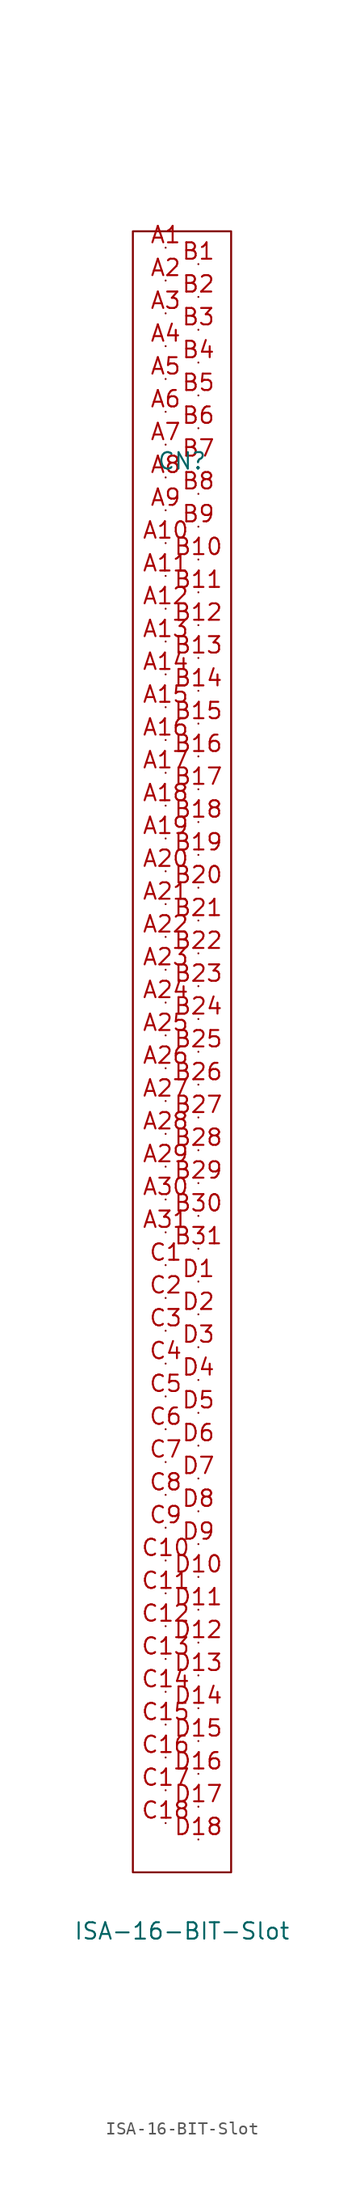
<source format=kicad_sym>
(kicad_symbol_lib
  (version 20220914)
  (generator kicad_symbol_editor)
  (symbol "ISA-16-BIT-Slot"
    (pin_names
      (offset 0) hide)
    (property "Reference" "CN"
      (at 0 45.72 0)
      (effects (font (size 1.27 1.27))))
    (property "Value" "ISA-16-BIT-Slot"
      (at 0 -67.31 0)
      (effects (font (size 1.27 1.27)) (justify top)))
    (symbol "ISA-16-BIT-Slot_0_1"
      (rectangle (start -3.81 63.5) (end 3.81 -63.5) (stroke (width 0) (type solid)) (fill (type none))))
    (symbol "ISA-16-BIT-Slot_1_1"
      (pin unspecified line (at -1.27 62.23 0) (length 0) (name "A1" (effects (font (size 1.27 1.27)))) (number "A1" (effects (font (size 1.27 1.27)))))
      (pin unspecified line (at -1.27 39.37 0) (length 0) (name "A10" (effects (font (size 1.27 1.27)))) (number "A10" (effects (font (size 1.27 1.27)))))
      (pin unspecified line (at -1.27 36.83 0) (length 0) (name "A11" (effects (font (size 1.27 1.27)))) (number "A11" (effects (font (size 1.27 1.27)))))
      (pin unspecified line (at -1.27 34.29 0) (length 0) (name "A12" (effects (font (size 1.27 1.27)))) (number "A12" (effects (font (size 1.27 1.27)))))
      (pin unspecified line (at -1.27 31.75 0) (length 0) (name "A13" (effects (font (size 1.27 1.27)))) (number "A13" (effects (font (size 1.27 1.27)))))
      (pin unspecified line (at -1.27 29.21 0) (length 0) (name "A14" (effects (font (size 1.27 1.27)))) (number "A14" (effects (font (size 1.27 1.27)))))
      (pin unspecified line (at -1.27 26.67 0) (length 0) (name "A15" (effects (font (size 1.27 1.27)))) (number "A15" (effects (font (size 1.27 1.27)))))
      (pin unspecified line (at -1.27 24.13 0) (length 0) (name "A16" (effects (font (size 1.27 1.27)))) (number "A16" (effects (font (size 1.27 1.27)))))
      (pin unspecified line (at -1.27 21.59 0) (length 0) (name "A17" (effects (font (size 1.27 1.27)))) (number "A17" (effects (font (size 1.27 1.27)))))
      (pin unspecified line (at -1.27 19.05 0) (length 0) (name "A18" (effects (font (size 1.27 1.27)))) (number "A18" (effects (font (size 1.27 1.27)))))
      (pin unspecified line (at -1.27 16.51 0) (length 0) (name "A19" (effects (font (size 1.27 1.27)))) (number "A19" (effects (font (size 1.27 1.27)))))
      (pin unspecified line (at -1.27 59.69 0) (length 0) (name "A2" (effects (font (size 1.27 1.27)))) (number "A2" (effects (font (size 1.27 1.27)))))
      (pin unspecified line (at -1.27 13.97 0) (length 0) (name "A20" (effects (font (size 1.27 1.27)))) (number "A20" (effects (font (size 1.27 1.27)))))
      (pin unspecified line (at -1.27 11.43 0) (length 0) (name "A21" (effects (font (size 1.27 1.27)))) (number "A21" (effects (font (size 1.27 1.27)))))
      (pin unspecified line (at -1.27 8.89 0) (length 0) (name "A22" (effects (font (size 1.27 1.27)))) (number "A22" (effects (font (size 1.27 1.27)))))
      (pin unspecified line (at -1.27 6.35 0) (length 0) (name "A23" (effects (font (size 1.27 1.27)))) (number "A23" (effects (font (size 1.27 1.27)))))
      (pin unspecified line (at -1.27 3.81 0) (length 0) (name "A24" (effects (font (size 1.27 1.27)))) (number "A24" (effects (font (size 1.27 1.27)))))
      (pin unspecified line (at -1.27 1.27 0) (length 0) (name "A25" (effects (font (size 1.27 1.27)))) (number "A25" (effects (font (size 1.27 1.27)))))
      (pin unspecified line (at -1.27 -1.27 0) (length 0) (name "A26" (effects (font (size 1.27 1.27)))) (number "A26" (effects (font (size 1.27 1.27)))))
      (pin unspecified line (at -1.27 -3.81 0) (length 0) (name "A27" (effects (font (size 1.27 1.27)))) (number "A27" (effects (font (size 1.27 1.27)))))
      (pin unspecified line (at -1.27 -6.35 0) (length 0) (name "A28" (effects (font (size 1.27 1.27)))) (number "A28" (effects (font (size 1.27 1.27)))))
      (pin unspecified line (at -1.27 -8.89 0) (length 0) (name "A29" (effects (font (size 1.27 1.27)))) (number "A29" (effects (font (size 1.27 1.27)))))
      (pin unspecified line (at -1.27 57.15 0) (length 0) (name "A3" (effects (font (size 1.27 1.27)))) (number "A3" (effects (font (size 1.27 1.27)))))
      (pin unspecified line (at -1.27 -11.43 0) (length 0) (name "A30" (effects (font (size 1.27 1.27)))) (number "A30" (effects (font (size 1.27 1.27)))))
      (pin unspecified line (at -1.27 -13.97 0) (length 0) (name "A31" (effects (font (size 1.27 1.27)))) (number "A31" (effects (font (size 1.27 1.27)))))
      (pin unspecified line (at -1.27 54.61 0) (length 0) (name "A4" (effects (font (size 1.27 1.27)))) (number "A4" (effects (font (size 1.27 1.27)))))
      (pin unspecified line (at -1.27 52.07 0) (length 0) (name "A5" (effects (font (size 1.27 1.27)))) (number "A5" (effects (font (size 1.27 1.27)))))
      (pin unspecified line (at -1.27 49.53 0) (length 0) (name "A6" (effects (font (size 1.27 1.27)))) (number "A6" (effects (font (size 1.27 1.27)))))
      (pin unspecified line (at -1.27 46.99 0) (length 0) (name "A7" (effects (font (size 1.27 1.27)))) (number "A7" (effects (font (size 1.27 1.27)))))
      (pin unspecified line (at -1.27 44.45 0) (length 0) (name "A8" (effects (font (size 1.27 1.27)))) (number "A8" (effects (font (size 1.27 1.27)))))
      (pin unspecified line (at -1.27 41.91 0) (length 0) (name "A9" (effects (font (size 1.27 1.27)))) (number "A9" (effects (font (size 1.27 1.27)))))
      (pin unspecified line (at 1.27 60.96 0) (length 0) (name "B1" (effects (font (size 1.27 1.27)))) (number "B1" (effects (font (size 1.27 1.27)))))
      (pin unspecified line (at 1.27 38.1 0) (length 0) (name "B10" (effects (font (size 1.27 1.27)))) (number "B10" (effects (font (size 1.27 1.27)))))
      (pin unspecified line (at 1.27 35.56 0) (length 0) (name "B11" (effects (font (size 1.27 1.27)))) (number "B11" (effects (font (size 1.27 1.27)))))
      (pin unspecified line (at 1.27 33.02 0) (length 0) (name "B12" (effects (font (size 1.27 1.27)))) (number "B12" (effects (font (size 1.27 1.27)))))
      (pin unspecified line (at 1.27 30.48 0) (length 0) (name "B13" (effects (font (size 1.27 1.27)))) (number "B13" (effects (font (size 1.27 1.27)))))
      (pin unspecified line (at 1.27 27.94 0) (length 0) (name "B14" (effects (font (size 1.27 1.27)))) (number "B14" (effects (font (size 1.27 1.27)))))
      (pin unspecified line (at 1.27 25.4 0) (length 0) (name "B15" (effects (font (size 1.27 1.27)))) (number "B15" (effects (font (size 1.27 1.27)))))
      (pin unspecified line (at 1.27 22.86 0) (length 0) (name "B16" (effects (font (size 1.27 1.27)))) (number "B16" (effects (font (size 1.27 1.27)))))
      (pin unspecified line (at 1.27 20.32 0) (length 0) (name "B17" (effects (font (size 1.27 1.27)))) (number "B17" (effects (font (size 1.27 1.27)))))
      (pin unspecified line (at 1.27 17.78 0) (length 0) (name "B18" (effects (font (size 1.27 1.27)))) (number "B18" (effects (font (size 1.27 1.27)))))
      (pin unspecified line (at 1.27 15.24 0) (length 0) (name "B19" (effects (font (size 1.27 1.27)))) (number "B19" (effects (font (size 1.27 1.27)))))
      (pin unspecified line (at 1.27 58.42 0) (length 0) (name "B2" (effects (font (size 1.27 1.27)))) (number "B2" (effects (font (size 1.27 1.27)))))
      (pin unspecified line (at 1.27 12.7 0) (length 0) (name "B20" (effects (font (size 1.27 1.27)))) (number "B20" (effects (font (size 1.27 1.27)))))
      (pin unspecified line (at 1.27 10.16 0) (length 0) (name "B21" (effects (font (size 1.27 1.27)))) (number "B21" (effects (font (size 1.27 1.27)))))
      (pin unspecified line (at 1.27 7.62 0) (length 0) (name "B22" (effects (font (size 1.27 1.27)))) (number "B22" (effects (font (size 1.27 1.27)))))
      (pin unspecified line (at 1.27 5.08 0) (length 0) (name "B23" (effects (font (size 1.27 1.27)))) (number "B23" (effects (font (size 1.27 1.27)))))
      (pin unspecified line (at 1.27 2.54 0) (length 0) (name "B24" (effects (font (size 1.27 1.27)))) (number "B24" (effects (font (size 1.27 1.27)))))
      (pin unspecified line (at 1.27 0 0) (length 0) (name "B25" (effects (font (size 1.27 1.27)))) (number "B25" (effects (font (size 1.27 1.27)))))
      (pin unspecified line (at 1.27 -2.54 0) (length 0) (name "B26" (effects (font (size 1.27 1.27)))) (number "B26" (effects (font (size 1.27 1.27)))))
      (pin unspecified line (at 1.27 -5.08 0) (length 0) (name "B27" (effects (font (size 1.27 1.27)))) (number "B27" (effects (font (size 1.27 1.27)))))
      (pin unspecified line (at 1.27 -7.62 0) (length 0) (name "B28" (effects (font (size 1.27 1.27)))) (number "B28" (effects (font (size 1.27 1.27)))))
      (pin unspecified line (at 1.27 -10.16 0) (length 0) (name "B29" (effects (font (size 1.27 1.27)))) (number "B29" (effects (font (size 1.27 1.27)))))
      (pin unspecified line (at 1.27 55.88 0) (length 0) (name "B3" (effects (font (size 1.27 1.27)))) (number "B3" (effects (font (size 1.27 1.27)))))
      (pin unspecified line (at 1.27 -12.7 0) (length 0) (name "B30" (effects (font (size 1.27 1.27)))) (number "B30" (effects (font (size 1.27 1.27)))))
      (pin unspecified line (at 1.27 -15.24 0) (length 0) (name "B31" (effects (font (size 1.27 1.27)))) (number "B31" (effects (font (size 1.27 1.27)))))
      (pin unspecified line (at 1.27 53.34 0) (length 0) (name "B4" (effects (font (size 1.27 1.27)))) (number "B4" (effects (font (size 1.27 1.27)))))
      (pin unspecified line (at 1.27 50.8 0) (length 0) (name "B5" (effects (font (size 1.27 1.27)))) (number "B5" (effects (font (size 1.27 1.27)))))
      (pin unspecified line (at 1.27 48.26 0) (length 0) (name "B6" (effects (font (size 1.27 1.27)))) (number "B6" (effects (font (size 1.27 1.27)))))
      (pin unspecified line (at 1.27 45.72 0) (length 0) (name "B7" (effects (font (size 1.27 1.27)))) (number "B7" (effects (font (size 1.27 1.27)))))
      (pin unspecified line (at 1.27 43.18 0) (length 0) (name "B8" (effects (font (size 1.27 1.27)))) (number "B8" (effects (font (size 1.27 1.27)))))
      (pin unspecified line (at 1.27 40.64 0) (length 0) (name "B9" (effects (font (size 1.27 1.27)))) (number "B9" (effects (font (size 1.27 1.27)))))
      (pin unspecified line (at -1.27 -16.51 0) (length 0) (name "C1" (effects (font (size 1.27 1.27)))) (number "C1" (effects (font (size 1.27 1.27)))))
      (pin unspecified line (at -1.27 -39.37 0) (length 0) (name "C10" (effects (font (size 1.27 1.27)))) (number "C10" (effects (font (size 1.27 1.27)))))
      (pin unspecified line (at -1.27 -41.91 0) (length 0) (name "C11" (effects (font (size 1.27 1.27)))) (number "C11" (effects (font (size 1.27 1.27)))))
      (pin unspecified line (at -1.27 -44.45 0) (length 0) (name "C12" (effects (font (size 1.27 1.27)))) (number "C12" (effects (font (size 1.27 1.27)))))
      (pin unspecified line (at -1.27 -46.99 0) (length 0) (name "C13" (effects (font (size 1.27 1.27)))) (number "C13" (effects (font (size 1.27 1.27)))))
      (pin unspecified line (at -1.27 -49.53 0) (length 0) (name "C14" (effects (font (size 1.27 1.27)))) (number "C14" (effects (font (size 1.27 1.27)))))
      (pin unspecified line (at -1.27 -52.07 0) (length 0) (name "C15" (effects (font (size 1.27 1.27)))) (number "C15" (effects (font (size 1.27 1.27)))))
      (pin unspecified line (at -1.27 -54.61 0) (length 0) (name "C16" (effects (font (size 1.27 1.27)))) (number "C16" (effects (font (size 1.27 1.27)))))
      (pin unspecified line (at -1.27 -57.15 0) (length 0) (name "C17" (effects (font (size 1.27 1.27)))) (number "C17" (effects (font (size 1.27 1.27)))))
      (pin unspecified line (at -1.27 -59.69 0) (length 0) (name "C18" (effects (font (size 1.27 1.27)))) (number "C18" (effects (font (size 1.27 1.27)))))
      (pin unspecified line (at -1.27 -19.05 0) (length 0) (name "C2" (effects (font (size 1.27 1.27)))) (number "C2" (effects (font (size 1.27 1.27)))))
      (pin unspecified line (at -1.27 -21.59 0) (length 0) (name "C3" (effects (font (size 1.27 1.27)))) (number "C3" (effects (font (size 1.27 1.27)))))
      (pin unspecified line (at -1.27 -24.13 0) (length 0) (name "C4" (effects (font (size 1.27 1.27)))) (number "C4" (effects (font (size 1.27 1.27)))))
      (pin unspecified line (at -1.27 -26.67 0) (length 0) (name "C5" (effects (font (size 1.27 1.27)))) (number "C5" (effects (font (size 1.27 1.27)))))
      (pin unspecified line (at -1.27 -29.21 0) (length 0) (name "C6" (effects (font (size 1.27 1.27)))) (number "C6" (effects (font (size 1.27 1.27)))))
      (pin unspecified line (at -1.27 -31.75 0) (length 0) (name "C7" (effects (font (size 1.27 1.27)))) (number "C7" (effects (font (size 1.27 1.27)))))
      (pin unspecified line (at -1.27 -34.29 0) (length 0) (name "C8" (effects (font (size 1.27 1.27)))) (number "C8" (effects (font (size 1.27 1.27)))))
      (pin unspecified line (at -1.27 -36.83 0) (length 0) (name "C9" (effects (font (size 1.27 1.27)))) (number "C9" (effects (font (size 1.27 1.27)))))
      (pin unspecified line (at 1.27 -17.78 0) (length 0) (name "D1" (effects (font (size 1.27 1.27)))) (number "D1" (effects (font (size 1.27 1.27)))))
      (pin unspecified line (at 1.27 -40.64 0) (length 0) (name "D10" (effects (font (size 1.27 1.27)))) (number "D10" (effects (font (size 1.27 1.27)))))
      (pin unspecified line (at 1.27 -43.18 0) (length 0) (name "D11" (effects (font (size 1.27 1.27)))) (number "D11" (effects (font (size 1.27 1.27)))))
      (pin unspecified line (at 1.27 -45.72 0) (length 0) (name "D12" (effects (font (size 1.27 1.27)))) (number "D12" (effects (font (size 1.27 1.27)))))
      (pin unspecified line (at 1.27 -48.26 0) (length 0) (name "D13" (effects (font (size 1.27 1.27)))) (number "D13" (effects (font (size 1.27 1.27)))))
      (pin unspecified line (at 1.27 -50.8 0) (length 0) (name "D14" (effects (font (size 1.27 1.27)))) (number "D14" (effects (font (size 1.27 1.27)))))
      (pin unspecified line (at 1.27 -53.34 0) (length 0) (name "D15" (effects (font (size 1.27 1.27)))) (number "D15" (effects (font (size 1.27 1.27)))))
      (pin unspecified line (at 1.27 -55.88 0) (length 0) (name "D16" (effects (font (size 1.27 1.27)))) (number "D16" (effects (font (size 1.27 1.27)))))
      (pin unspecified line (at 1.27 -58.42 0) (length 0) (name "D17" (effects (font (size 1.27 1.27)))) (number "D17" (effects (font (size 1.27 1.27)))))
      (pin unspecified line (at 1.27 -60.96 0) (length 0) (name "D18" (effects (font (size 1.27 1.27)))) (number "D18" (effects (font (size 1.27 1.27)))))
      (pin unspecified line (at 1.27 -20.32 0) (length 0) (name "D2" (effects (font (size 1.27 1.27)))) (number "D2" (effects (font (size 1.27 1.27)))))
      (pin unspecified line (at 1.27 -22.86 0) (length 0) (name "D3" (effects (font (size 1.27 1.27)))) (number "D3" (effects (font (size 1.27 1.27)))))
      (pin unspecified line (at 1.27 -25.4 0) (length 0) (name "D4" (effects (font (size 1.27 1.27)))) (number "D4" (effects (font (size 1.27 1.27)))))
      (pin unspecified line (at 1.27 -27.94 0) (length 0) (name "D5" (effects (font (size 1.27 1.27)))) (number "D5" (effects (font (size 1.27 1.27)))))
      (pin unspecified line (at 1.27 -30.48 0) (length 0) (name "D6" (effects (font (size 1.27 1.27)))) (number "D6" (effects (font (size 1.27 1.27)))))
      (pin unspecified line (at 1.27 -33.02 0) (length 0) (name "D7" (effects (font (size 1.27 1.27)))) (number "D7" (effects (font (size 1.27 1.27)))))
      (pin unspecified line (at 1.27 -35.56 0) (length 0) (name "D8" (effects (font (size 1.27 1.27)))) (number "D8" (effects (font (size 1.27 1.27)))))
      (pin unspecified line (at 1.27 -38.1 0) (length 0) (name "D9" (effects (font (size 1.27 1.27)))) (number "D9" (effects (font (size 1.27 1.27))))))))
</source>
